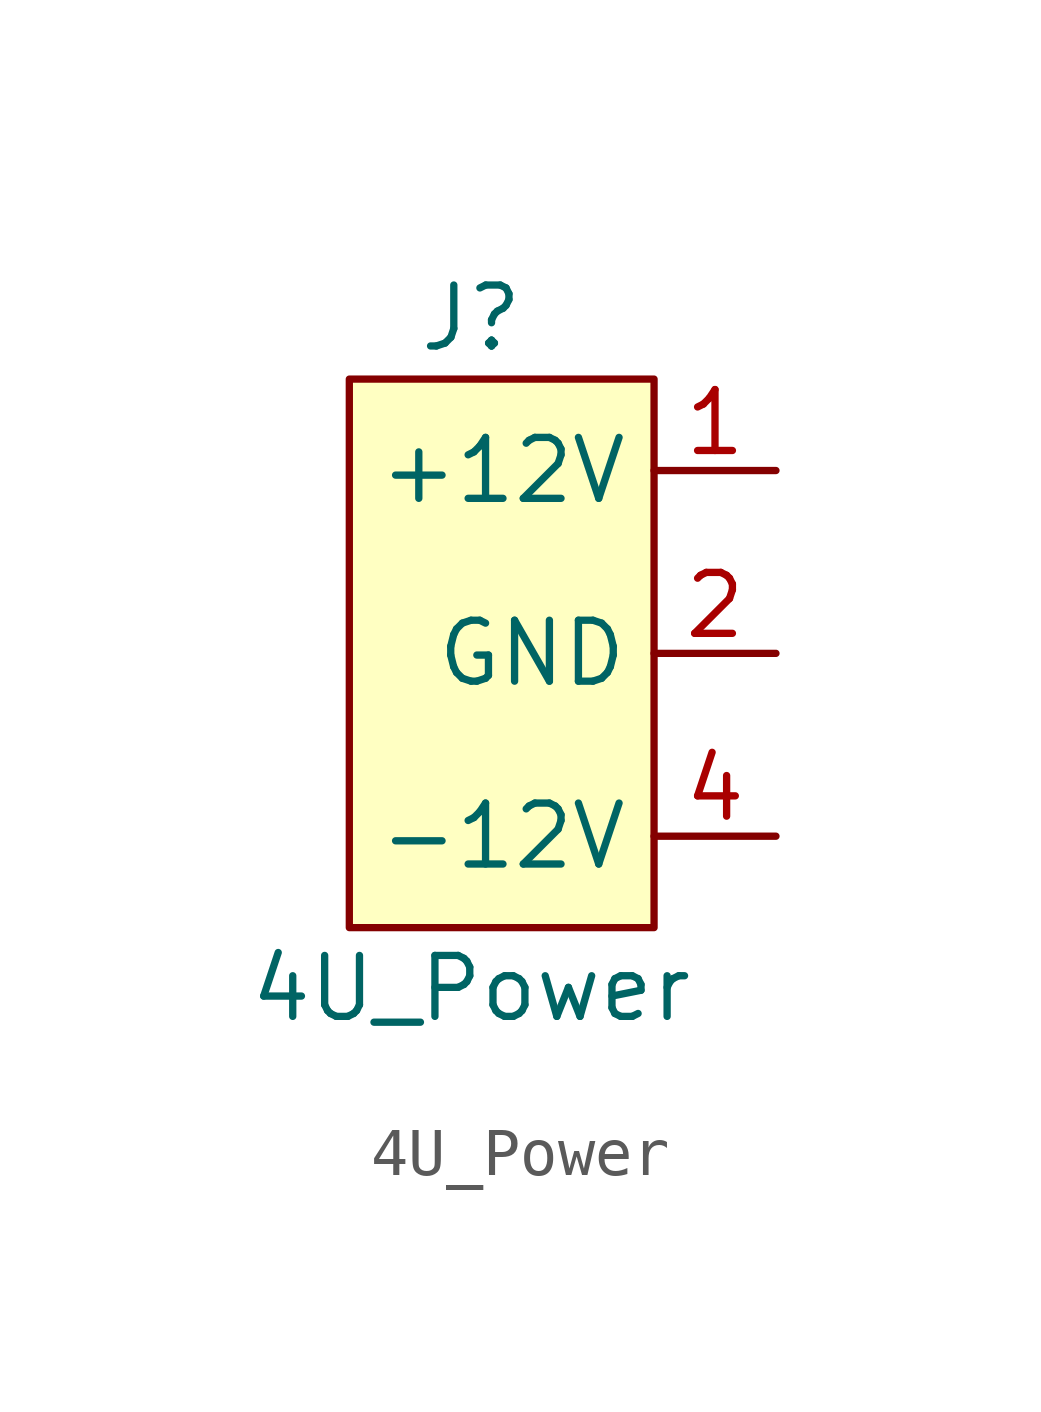
<source format=kicad_sym>
(kicad_symbol_lib
  (version 20220914)
  (generator kicad_symbol_editor)
  (symbol "4U_Power"
    (property "Reference" "J"
      (at 0 6.985 0)
      (effects (font (size 1.27 1.27))))
    (property "Value" "4U_Power"
      (at 0 -6.985 0)
      (effects (font (size 1.27 1.27))))
    (symbol "4U_Power_0_1"
      (rectangle (start -2.54 5.715) (end 3.81 -5.715) (stroke (width 0.152) (type default)) (fill (type background))))
    (symbol "4U_Power_1_1"
      (pin power_out line (at 6.35 3.81 180) (length 2.54) (name "+12V" (effects (font (size 1.27 1.27)))) (number "1" (effects (font (size 1.27 1.27)))))
      (pin power_out line (at 6.35 0 180) (length 2.54) (name "GND" (effects (font (size 1.27 1.27)))) (number "2" (effects (font (size 1.27 1.27)))))
      (pin passive line (at 6.35 0 180) (length 2.54) hide (name "GND" (effects (font (size 1.27 1.27)))) (number "3" (effects (font (size 1.27 1.27)))))
      (pin power_out line (at 6.35 -3.81 180) (length 2.54) (name "-12V" (effects (font (size 1.27 1.27)))) (number "4" (effects (font (size 1.27 1.27))))))))
</source>
